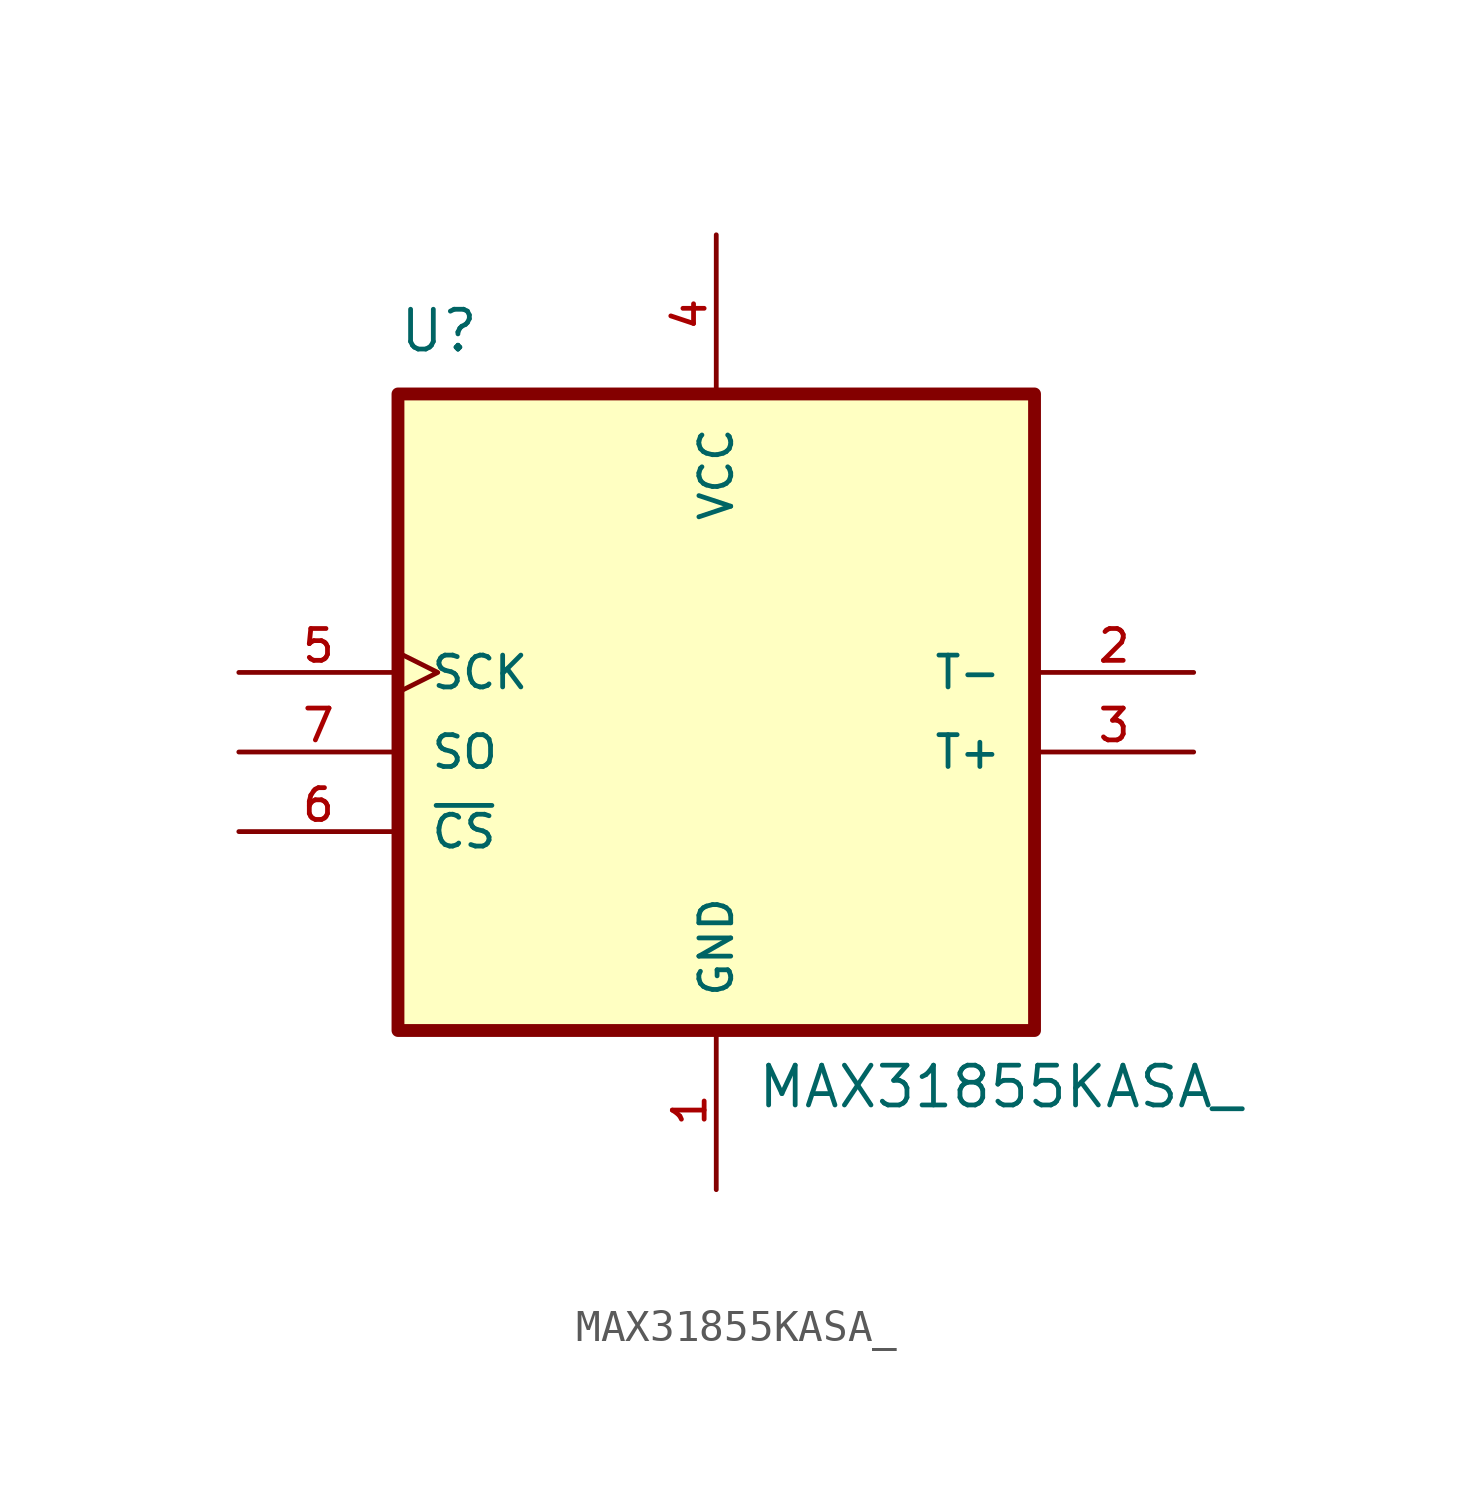
<source format=kicad_sym>
(kicad_symbol_lib
  (version 20211014)
  (generator kicad_symbol_editor)
  (symbol "MAX31855KASA_"
    (pin_names
      (offset 1.016))
    (property "Reference" "U"
      (at -10.16 10.16 0)
      (effects (font (size 1.27 1.27)) (justify left bottom)))
    (property "Value" "MAX31855KASA_"
      (at 1.27 -13.97 0)
      (effects (font (size 1.27 1.27)) (justify left bottom)))
    (symbol "MAX31855KASA__0_0"
      (rectangle (start -10.16 8.89) (end 10.16 -11.43) (stroke (width 0.41) (type default) (color 0 0 0 0)) (fill (type background)))
      (pin power_in line (at 0 -16.51 90) (length 5.08) (name "GND" (effects (font (size 1.016 1.016)))) (number "1" (effects (font (size 1.016 1.016)))))
      (pin input line (at 15.24 0 180) (length 5.08) (name "T-" (effects (font (size 1.016 1.016)))) (number "2" (effects (font (size 1.016 1.016)))))
      (pin input line (at 15.24 -2.54 180) (length 5.08) (name "T+" (effects (font (size 1.016 1.016)))) (number "3" (effects (font (size 1.016 1.016)))))
      (pin power_in line (at 0 13.97 270) (length 5.08) (name "VCC" (effects (font (size 1.016 1.016)))) (number "4" (effects (font (size 1.016 1.016)))))
      (pin input clock (at -15.24 0 0) (length 5.08) (name "SCK" (effects (font (size 1.016 1.016)))) (number "5" (effects (font (size 1.016 1.016)))))
      (pin input line (at -15.24 -5.08 0) (length 5.08) (name "~{CS}" (effects (font (size 1.016 1.016)))) (number "6" (effects (font (size 1.016 1.016)))))
      (pin output line (at -15.24 -2.54 0) (length 5.08) (name "SO" (effects (font (size 1.016 1.016)))) (number "7" (effects (font (size 1.016 1.016))))))))
</source>
